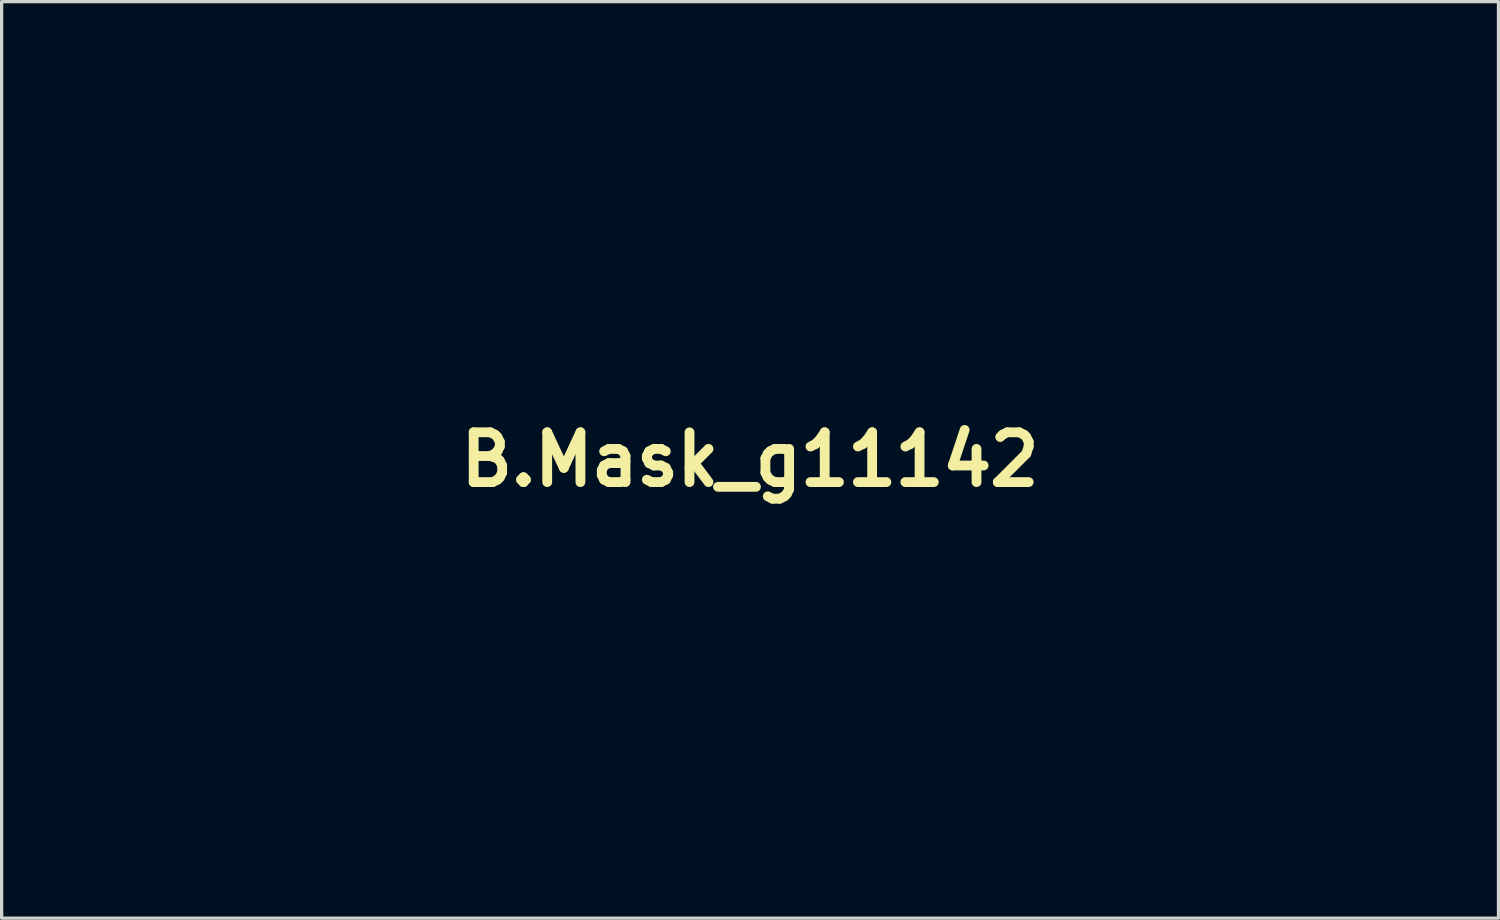
<source format=kicad_pcb>
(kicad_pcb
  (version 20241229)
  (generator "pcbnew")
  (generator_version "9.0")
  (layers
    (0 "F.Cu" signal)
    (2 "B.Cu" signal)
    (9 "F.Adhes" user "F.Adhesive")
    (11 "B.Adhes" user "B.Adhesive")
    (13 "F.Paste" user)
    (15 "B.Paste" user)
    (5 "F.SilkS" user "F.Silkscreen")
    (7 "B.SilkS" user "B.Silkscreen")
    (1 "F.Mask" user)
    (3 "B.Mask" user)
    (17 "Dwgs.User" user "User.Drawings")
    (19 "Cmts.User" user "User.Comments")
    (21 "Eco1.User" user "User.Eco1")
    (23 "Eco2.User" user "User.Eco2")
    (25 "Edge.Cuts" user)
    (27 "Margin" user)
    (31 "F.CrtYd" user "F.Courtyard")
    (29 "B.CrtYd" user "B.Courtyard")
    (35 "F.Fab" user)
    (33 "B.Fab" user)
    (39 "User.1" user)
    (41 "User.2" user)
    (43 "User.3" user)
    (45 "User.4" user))
  (footprint "B.Mask_g11142"
    (layer "F.Cu")
    (at 19.899 11.012)
    (property "Reference" "B.Mask_g11142" (at 0 0 0) (layer "F.SilkS") (effects (font (size 1.524 1.524) (thickness 0.3))))
    (attr through_hole)
    (fp_poly (pts (xy 19.897 -9.292) (xy 19.049 -9.292) (xy 18.827 -9.292) (xy 18.645 -9.293) (xy 18.498 -9.295) (xy 18.384 -9.297) (xy 18.299 -9.301) (xy 18.242 -9.305) (xy 18.207 -9.311) (xy 18.192 -9.318) (xy 18.192 -9.319) (xy 18.19 -9.345) (xy 18.188 -9.409) (xy 18.187 -9.506) (xy 18.186 -9.631) (xy 18.186 -9.779) (xy 18.186 -9.947) (xy 18.187 -10.128) (xy 18.187 -10.171) (xy 18.193 -10.996) (xy 19.897 -11.007) (xy 19.897 -9.292)) (stroke (width 0.01) (type solid)) (fill yes) (layer "B.Mask"))
    (fp_poly (pts (xy 19.897 11.028) (xy 19.049 11.028) (xy 18.827 11.028) (xy 18.645 11.027) (xy 18.498 11.025) (xy 18.384 11.023) (xy 18.299 11.019) (xy 18.242 11.015) (xy 18.207 11.009) (xy 18.192 11.002) (xy 18.192 11.001) (xy 18.19 10.975) (xy 18.188 10.911) (xy 18.187 10.814) (xy 18.186 10.689) (xy 18.186 10.541) (xy 18.186 10.373) (xy 18.187 10.192) (xy 18.187 10.149) (xy 18.193 9.324) (xy 19.897 9.313) (xy 19.897 11.028)) (stroke (width 0.01) (type solid)) (fill yes) (layer "B.Mask"))
    (fp_poly (pts (xy -18.905 9.327) (xy -18.732 9.379) (xy -18.567 9.47) (xy -18.467 9.551) (xy -18.348 9.686) (xy -18.264 9.838) (xy -18.214 10.002) (xy -18.198 10.17) (xy -18.215 10.338) (xy -18.264 10.5) (xy -18.345 10.65) (xy -18.456 10.782) (xy -18.597 10.891) (xy -18.643 10.917) (xy -18.822 10.991) (xy -18.999 11.022) (xy -19.178 11.012) (xy -19.256 10.995) (xy -19.411 10.941) (xy -19.542 10.863) (xy -19.647 10.772) (xy -19.76 10.631) (xy -19.839 10.473) (xy -19.883 10.305) (xy -19.894 10.133) (xy -19.871 9.962) (xy -19.815 9.8) (xy -19.725 9.652) (xy -19.602 9.524) (xy -19.595 9.518) (xy -19.431 9.41) (xy -19.259 9.343) (xy -19.082 9.315) (xy -18.905 9.327)) (stroke (width 0.01) (type solid)) (fill yes) (layer "B.Mask"))
    (fp_poly (pts (xy 16.609 9.321) (xy 16.682 9.335) (xy 16.867 9.398) (xy 17.026 9.493) (xy 17.157 9.616) (xy 17.257 9.763) (xy 17.323 9.931) (xy 17.352 10.116) (xy 17.352 10.217) (xy 17.323 10.4) (xy 17.259 10.566) (xy 17.164 10.711) (xy 17.042 10.833) (xy 16.899 10.928) (xy 16.739 10.991) (xy 16.566 11.021) (xy 16.385 11.014) (xy 16.309 10.998) (xy 16.146 10.939) (xy 15.995 10.846) (xy 15.864 10.726) (xy 15.764 10.587) (xy 15.736 10.534) (xy 15.68 10.361) (xy 15.66 10.179) (xy 15.677 9.997) (xy 15.73 9.824) (xy 15.745 9.792) (xy 15.84 9.645) (xy 15.963 9.52) (xy 16.109 9.422) (xy 16.27 9.354) (xy 16.439 9.32) (xy 16.609 9.321)) (stroke (width 0.01) (type solid)) (fill yes) (layer "B.Mask"))
    (fp_poly (pts (xy -16.385 9.327) (xy -16.221 9.369) (xy -16.062 9.447) (xy -15.918 9.558) (xy -15.801 9.694) (xy -15.72 9.847) (xy -15.673 10.01) (xy -15.659 10.179) (xy -15.678 10.347) (xy -15.729 10.508) (xy -15.811 10.657) (xy -15.923 10.788) (xy -16.064 10.895) (xy -16.103 10.917) (xy -16.282 10.991) (xy -16.459 11.022) (xy -16.638 11.012) (xy -16.716 10.995) (xy -16.896 10.928) (xy -17.047 10.831) (xy -17.171 10.702) (xy -17.265 10.549) (xy -17.308 10.456) (xy -17.333 10.378) (xy -17.347 10.295) (xy -17.352 10.217) (xy -17.343 10.03) (xy -17.299 9.86) (xy -17.224 9.71) (xy -17.124 9.581) (xy -17.001 9.475) (xy -16.862 9.395) (xy -16.709 9.342) (xy -16.549 9.319) (xy -16.385 9.327)) (stroke (width 0.01) (type solid)) (fill yes) (layer "B.Mask"))
    (fp_poly (pts (xy 14.152 -10.979) (xy 14.322 -10.922) (xy 14.479 -10.829) (xy 14.498 -10.815) (xy 14.627 -10.688) (xy 14.723 -10.54) (xy 14.785 -10.378) (xy 14.814 -10.208) (xy 14.809 -10.035) (xy 14.771 -9.867) (xy 14.698 -9.708) (xy 14.591 -9.565) (xy 14.532 -9.507) (xy 14.385 -9.405) (xy 14.217 -9.335) (xy 14.039 -9.299) (xy 13.859 -9.3) (xy 13.771 -9.316) (xy 13.708 -9.336) (xy 13.628 -9.37) (xy 13.565 -9.401) (xy 13.414 -9.504) (xy 13.292 -9.632) (xy 13.202 -9.779) (xy 13.144 -9.94) (xy 13.12 -10.109) (xy 13.129 -10.281) (xy 13.174 -10.449) (xy 13.254 -10.609) (xy 13.341 -10.723) (xy 13.478 -10.844) (xy 13.633 -10.93) (xy 13.802 -10.982) (xy 13.977 -10.998) (xy 14.152 -10.979)) (stroke (width 0.01) (type solid)) (fill yes) (layer "B.Mask"))
    (fp_poly (pts (xy 16.681 -10.982) (xy 16.842 -10.931) (xy 16.991 -10.848) (xy 17.123 -10.734) (xy 17.231 -10.589) (xy 17.265 -10.528) (xy 17.33 -10.351) (xy 17.356 -10.173) (xy 17.345 -9.999) (xy 17.298 -9.833) (xy 17.219 -9.68) (xy 17.108 -9.546) (xy 16.97 -9.435) (xy 16.805 -9.351) (xy 16.711 -9.321) (xy 16.563 -9.298) (xy 16.405 -9.3) (xy 16.311 -9.316) (xy 16.194 -9.357) (xy 16.069 -9.424) (xy 15.953 -9.507) (xy 15.884 -9.571) (xy 15.775 -9.717) (xy 15.702 -9.88) (xy 15.664 -10.052) (xy 15.662 -10.228) (xy 15.696 -10.401) (xy 15.765 -10.565) (xy 15.871 -10.713) (xy 15.884 -10.728) (xy 16.024 -10.849) (xy 16.179 -10.934) (xy 16.344 -10.984) (xy 16.513 -11) (xy 16.681 -10.982)) (stroke (width 0.01) (type solid)) (fill yes) (layer "B.Mask"))
    (fp_poly (pts (xy -13.87 9.325) (xy -13.797 9.331) (xy -13.737 9.345) (xy -13.673 9.37) (xy -13.627 9.391) (xy -13.458 9.493) (xy -13.321 9.62) (xy -13.218 9.77) (xy -13.151 9.938) (xy -13.121 10.121) (xy -13.128 10.296) (xy -13.172 10.468) (xy -13.252 10.626) (xy -13.363 10.765) (xy -13.5 10.879) (xy -13.659 10.963) (xy -13.796 11.004) (xy -13.935 11.024) (xy -14.062 11.019) (xy -14.177 10.995) (xy -14.357 10.926) (xy -14.511 10.826) (xy -14.638 10.697) (xy -14.733 10.544) (xy -14.793 10.371) (xy -14.817 10.182) (xy -14.817 10.164) (xy -14.797 9.976) (xy -14.739 9.804) (xy -14.644 9.65) (xy -14.514 9.518) (xy -14.352 9.411) (xy -14.31 9.39) (xy -14.238 9.358) (xy -14.178 9.338) (xy -14.114 9.328) (xy -14.031 9.324) (xy -13.97 9.324) (xy -13.87 9.325)) (stroke (width 0.01) (type solid)) (fill yes) (layer "B.Mask"))
    (fp_poly (pts (xy 11.682 -10.961) (xy 11.846 -10.89) (xy 11.958 -10.815) (xy 12.087 -10.688) (xy 12.183 -10.54) (xy 12.246 -10.378) (xy 12.275 -10.207) (xy 12.27 -10.035) (xy 12.231 -9.866) (xy 12.158 -9.707) (xy 12.05 -9.564) (xy 11.992 -9.507) (xy 11.845 -9.405) (xy 11.677 -9.335) (xy 11.499 -9.299) (xy 11.319 -9.3) (xy 11.231 -9.316) (xy 11.08 -9.371) (xy 10.934 -9.461) (xy 10.803 -9.577) (xy 10.697 -9.711) (xy 10.651 -9.796) (xy 10.625 -9.855) (xy 10.608 -9.909) (xy 10.599 -9.969) (xy 10.595 -10.049) (xy 10.594 -10.149) (xy 10.595 -10.257) (xy 10.6 -10.335) (xy 10.609 -10.395) (xy 10.627 -10.448) (xy 10.649 -10.499) (xy 10.746 -10.658) (xy 10.868 -10.788) (xy 11.012 -10.889) (xy 11.17 -10.957) (xy 11.338 -10.993) (xy 11.511 -10.995) (xy 11.682 -10.961)) (stroke (width 0.01) (type solid)) (fill yes) (layer "B.Mask"))
    (fp_poly (pts (xy 14.07 9.325) (xy 14.143 9.332) (xy 14.204 9.345) (xy 14.267 9.37) (xy 14.31 9.39) (xy 14.469 9.481) (xy 14.595 9.592) (xy 14.671 9.687) (xy 14.756 9.846) (xy 14.804 10.014) (xy 14.816 10.186) (xy 14.794 10.356) (xy 14.74 10.518) (xy 14.656 10.667) (xy 14.543 10.797) (xy 14.403 10.902) (xy 14.274 10.964) (xy 14.133 11.002) (xy 13.981 11.019) (xy 13.836 11.013) (xy 13.769 11) (xy 13.596 10.935) (xy 13.443 10.838) (xy 13.314 10.713) (xy 13.215 10.565) (xy 13.149 10.399) (xy 13.128 10.296) (xy 13.122 10.102) (xy 13.156 9.92) (xy 13.227 9.754) (xy 13.334 9.606) (xy 13.474 9.481) (xy 13.627 9.391) (xy 13.699 9.359) (xy 13.76 9.339) (xy 13.824 9.328) (xy 13.905 9.324) (xy 13.97 9.324) (xy 14.07 9.325)) (stroke (width 0.01) (type solid)) (fill yes) (layer "B.Mask"))
    (fp_poly (pts (xy 9.108 -10.971) (xy 9.261 -10.915) (xy 9.402 -10.829) (xy 9.527 -10.714) (xy 9.629 -10.569) (xy 9.697 -10.419) (xy 9.728 -10.281) (xy 9.736 -10.127) (xy 9.72 -9.972) (xy 9.681 -9.832) (xy 9.666 -9.796) (xy 9.566 -9.634) (xy 9.439 -9.5) (xy 9.289 -9.398) (xy 9.121 -9.33) (xy 8.94 -9.302) (xy 8.848 -9.3) (xy 8.76 -9.305) (xy 8.695 -9.313) (xy 8.691 -9.314) (xy 8.533 -9.374) (xy 8.384 -9.468) (xy 8.252 -9.589) (xy 8.147 -9.728) (xy 8.111 -9.796) (xy 8.085 -9.855) (xy 8.068 -9.909) (xy 8.059 -9.969) (xy 8.055 -10.049) (xy 8.054 -10.149) (xy 8.055 -10.256) (xy 8.059 -10.332) (xy 8.069 -10.39) (xy 8.085 -10.442) (xy 8.111 -10.499) (xy 8.113 -10.503) (xy 8.213 -10.663) (xy 8.334 -10.792) (xy 8.474 -10.89) (xy 8.626 -10.956) (xy 8.785 -10.991) (xy 8.948 -10.996) (xy 9.108 -10.971)) (stroke (width 0.01) (type solid)) (fill yes) (layer "B.Mask"))
    (fp_poly (pts (xy -11.331 9.325) (xy -11.258 9.331) (xy -11.198 9.345) (xy -11.135 9.369) (xy -11.087 9.391) (xy -10.92 9.492) (xy -10.781 9.62) (xy -10.676 9.771) (xy -10.663 9.797) (xy -10.632 9.862) (xy -10.612 9.915) (xy -10.601 9.97) (xy -10.595 10.038) (xy -10.594 10.133) (xy -10.594 10.17) (xy -10.595 10.278) (xy -10.6 10.356) (xy -10.609 10.416) (xy -10.626 10.469) (xy -10.649 10.52) (xy -10.744 10.675) (xy -10.87 10.808) (xy -11.019 10.914) (xy -11.185 10.986) (xy -11.256 11.004) (xy -11.395 11.024) (xy -11.522 11.019) (xy -11.637 10.995) (xy -11.819 10.927) (xy -11.973 10.827) (xy -12.098 10.695) (xy -12.196 10.532) (xy -12.234 10.441) (xy -12.269 10.292) (xy -12.276 10.129) (xy -12.256 9.967) (xy -12.208 9.823) (xy -12.205 9.817) (xy -12.105 9.653) (xy -11.974 9.519) (xy -11.813 9.413) (xy -11.795 9.404) (xy -11.716 9.366) (xy -11.654 9.343) (xy -11.595 9.33) (xy -11.523 9.325) (xy -11.431 9.324) (xy -11.331 9.325)) (stroke (width 0.01) (type solid)) (fill yes) (layer "B.Mask"))
    (fp_poly (pts (xy 3.908 9.325) (xy 3.979 9.33) (xy 4.037 9.344) (xy 4.099 9.368) (xy 4.175 9.404) (xy 4.34 9.507) (xy 4.473 9.639) (xy 4.577 9.8) (xy 4.586 9.817) (xy 4.631 9.949) (xy 4.654 10.102) (xy 4.654 10.258) (xy 4.63 10.401) (xy 4.619 10.439) (xy 4.54 10.604) (xy 4.431 10.746) (xy 4.297 10.862) (xy 4.145 10.949) (xy 3.979 11.004) (xy 3.805 11.024) (xy 3.63 11.005) (xy 3.609 11) (xy 3.434 10.934) (xy 3.277 10.832) (xy 3.144 10.698) (xy 3.039 10.536) (xy 3.033 10.524) (xy 3.006 10.466) (xy 2.989 10.414) (xy 2.979 10.357) (xy 2.975 10.282) (xy 2.974 10.178) (xy 2.974 10.171) (xy 2.975 10.063) (xy 2.98 9.985) (xy 2.989 9.925) (xy 3.007 9.872) (xy 3.029 9.821) (xy 3.128 9.66) (xy 3.261 9.523) (xy 3.423 9.415) (xy 3.445 9.404) (xy 3.524 9.366) (xy 3.585 9.343) (xy 3.644 9.33) (xy 3.716 9.325) (xy 3.81 9.324) (xy 3.908 9.325)) (stroke (width 0.01) (type solid)) (fill yes) (layer "B.Mask"))
    (fp_poly (pts (xy 11.529 9.325) (xy 11.6 9.331) (xy 11.658 9.344) (xy 11.721 9.368) (xy 11.795 9.404) (xy 11.96 9.507) (xy 12.093 9.638) (xy 12.197 9.799) (xy 12.205 9.817) (xy 12.254 9.961) (xy 12.276 10.122) (xy 12.27 10.285) (xy 12.236 10.435) (xy 12.234 10.441) (xy 12.157 10.608) (xy 12.057 10.745) (xy 11.958 10.836) (xy 11.814 10.926) (xy 11.651 10.987) (xy 11.48 11.018) (xy 11.312 11.015) (xy 11.229 11) (xy 11.056 10.935) (xy 10.9 10.834) (xy 10.767 10.703) (xy 10.663 10.549) (xy 10.649 10.52) (xy 10.624 10.462) (xy 10.608 10.409) (xy 10.599 10.348) (xy 10.595 10.267) (xy 10.594 10.17) (xy 10.595 10.065) (xy 10.599 9.99) (xy 10.608 9.932) (xy 10.625 9.88) (xy 10.652 9.82) (xy 10.663 9.797) (xy 10.762 9.643) (xy 10.895 9.511) (xy 11.058 9.406) (xy 11.087 9.391) (xy 11.159 9.359) (xy 11.22 9.339) (xy 11.283 9.328) (xy 11.364 9.324) (xy 11.431 9.324) (xy 11.529 9.325)) (stroke (width 0.01) (type solid)) (fill yes) (layer "B.Mask"))
    (fp_poly (pts (xy 1.368 9.325) (xy 1.439 9.33) (xy 1.497 9.344) (xy 1.559 9.368) (xy 1.635 9.404) (xy 1.8 9.507) (xy 1.933 9.639) (xy 2.037 9.8) (xy 2.046 9.817) (xy 2.091 9.949) (xy 2.114 10.102) (xy 2.114 10.258) (xy 2.09 10.401) (xy 2.079 10.439) (xy 2 10.604) (xy 1.891 10.746) (xy 1.757 10.862) (xy 1.605 10.949) (xy 1.439 11.004) (xy 1.265 11.024) (xy 1.09 11.005) (xy 1.069 11) (xy 0.894 10.934) (xy 0.737 10.832) (xy 0.604 10.698) (xy 0.499 10.536) (xy 0.493 10.524) (xy 0.466 10.466) (xy 0.449 10.414) (xy 0.439 10.357) (xy 0.435 10.282) (xy 0.434 10.178) (xy 0.434 10.171) (xy 0.435 10.064) (xy 0.439 9.988) (xy 0.449 9.93) (xy 0.465 9.878) (xy 0.491 9.821) (xy 0.493 9.817) (xy 0.596 9.652) (xy 0.728 9.517) (xy 0.89 9.411) (xy 0.905 9.404) (xy 0.984 9.366) (xy 1.045 9.343) (xy 1.104 9.33) (xy 1.176 9.325) (xy 1.27 9.324) (xy 1.368 9.325)) (stroke (width 0.01) (type solid)) (fill yes) (layer "B.Mask"))
    (fp_poly (pts (xy 6.449 9.325) (xy 6.52 9.331) (xy 6.578 9.344) (xy 6.641 9.368) (xy 6.715 9.404) (xy 6.88 9.507) (xy 7.013 9.639) (xy 7.117 9.8) (xy 7.126 9.817) (xy 7.171 9.949) (xy 7.194 10.102) (xy 7.194 10.258) (xy 7.17 10.401) (xy 7.159 10.439) (xy 7.08 10.604) (xy 6.971 10.746) (xy 6.837 10.862) (xy 6.685 10.949) (xy 6.519 11.004) (xy 6.345 11.024) (xy 6.17 11.005) (xy 6.149 11) (xy 5.974 10.934) (xy 5.817 10.832) (xy 5.684 10.698) (xy 5.579 10.536) (xy 5.573 10.524) (xy 5.547 10.466) (xy 5.529 10.415) (xy 5.519 10.357) (xy 5.515 10.283) (xy 5.514 10.179) (xy 5.514 10.17) (xy 5.515 10.065) (xy 5.519 9.99) (xy 5.528 9.932) (xy 5.545 9.88) (xy 5.572 9.82) (xy 5.583 9.797) (xy 5.682 9.643) (xy 5.815 9.511) (xy 5.978 9.406) (xy 6.007 9.391) (xy 6.079 9.359) (xy 6.14 9.339) (xy 6.203 9.328) (xy 6.284 9.324) (xy 6.351 9.324) (xy 6.449 9.325)) (stroke (width 0.01) (type solid)) (fill yes) (layer "B.Mask"))
    (fp_poly (pts (xy 8.989 9.325) (xy 9.06 9.331) (xy 9.118 9.344) (xy 9.181 9.368) (xy 9.255 9.404) (xy 9.42 9.507) (xy 9.553 9.639) (xy 9.657 9.8) (xy 9.666 9.817) (xy 9.71 9.949) (xy 9.733 10.101) (xy 9.733 10.258) (xy 9.709 10.402) (xy 9.697 10.44) (xy 9.619 10.605) (xy 9.51 10.747) (xy 9.376 10.863) (xy 9.224 10.95) (xy 9.058 11.005) (xy 8.884 11.024) (xy 8.709 11.005) (xy 8.689 11) (xy 8.514 10.934) (xy 8.357 10.832) (xy 8.224 10.698) (xy 8.119 10.536) (xy 8.113 10.524) (xy 8.087 10.466) (xy 8.069 10.415) (xy 8.059 10.357) (xy 8.055 10.283) (xy 8.054 10.179) (xy 8.054 10.17) (xy 8.055 10.065) (xy 8.059 9.99) (xy 8.068 9.932) (xy 8.085 9.88) (xy 8.112 9.82) (xy 8.123 9.797) (xy 8.222 9.643) (xy 8.355 9.511) (xy 8.518 9.406) (xy 8.547 9.391) (xy 8.619 9.359) (xy 8.68 9.339) (xy 8.743 9.328) (xy 8.824 9.324) (xy 8.891 9.324) (xy 8.989 9.325)) (stroke (width 0.01) (type solid)) (fill yes) (layer "B.Mask"))
    (fp_poly (pts (xy 4.019 -10.972) (xy 4.184 -10.91) (xy 4.335 -10.814) (xy 4.466 -10.689) (xy 4.569 -10.539) (xy 4.584 -10.509) (xy 4.612 -10.449) (xy 4.63 -10.397) (xy 4.64 -10.341) (xy 4.645 -10.268) (xy 4.646 -10.167) (xy 4.646 -10.149) (xy 4.645 -10.043) (xy 4.641 -9.967) (xy 4.631 -9.909) (xy 4.615 -9.857) (xy 4.589 -9.8) (xy 4.587 -9.796) (xy 4.485 -9.632) (xy 4.356 -9.498) (xy 4.206 -9.396) (xy 4.037 -9.329) (xy 3.86 -9.302) (xy 3.768 -9.3) (xy 3.68 -9.305) (xy 3.615 -9.313) (xy 3.611 -9.314) (xy 3.454 -9.374) (xy 3.304 -9.468) (xy 3.172 -9.59) (xy 3.066 -9.73) (xy 3.029 -9.8) (xy 3.004 -9.858) (xy 2.988 -9.911) (xy 2.979 -9.972) (xy 2.975 -10.053) (xy 2.974 -10.149) (xy 2.975 -10.256) (xy 2.979 -10.332) (xy 2.989 -10.39) (xy 3.005 -10.442) (xy 3.031 -10.499) (xy 3.033 -10.503) (xy 3.136 -10.668) (xy 3.268 -10.803) (xy 3.425 -10.906) (xy 3.602 -10.973) (xy 3.668 -10.988) (xy 3.844 -11) (xy 4.019 -10.972)) (stroke (width 0.01) (type solid)) (fill yes) (layer "B.Mask"))
    (fp_poly (pts (xy 6.559 -10.972) (xy 6.724 -10.91) (xy 6.875 -10.814) (xy 7.006 -10.689) (xy 7.109 -10.539) (xy 7.124 -10.509) (xy 7.152 -10.449) (xy 7.17 -10.397) (xy 7.18 -10.341) (xy 7.185 -10.268) (xy 7.186 -10.167) (xy 7.186 -10.149) (xy 7.185 -10.043) (xy 7.181 -9.967) (xy 7.171 -9.909) (xy 7.155 -9.857) (xy 7.129 -9.8) (xy 7.127 -9.796) (xy 7.025 -9.632) (xy 6.896 -9.498) (xy 6.746 -9.396) (xy 6.577 -9.329) (xy 6.4 -9.302) (xy 6.308 -9.3) (xy 6.22 -9.305) (xy 6.155 -9.313) (xy 6.151 -9.314) (xy 5.994 -9.374) (xy 5.844 -9.468) (xy 5.712 -9.59) (xy 5.606 -9.73) (xy 5.569 -9.8) (xy 5.544 -9.858) (xy 5.528 -9.911) (xy 5.519 -9.972) (xy 5.515 -10.053) (xy 5.514 -10.149) (xy 5.515 -10.256) (xy 5.519 -10.332) (xy 5.529 -10.39) (xy 5.545 -10.442) (xy 5.571 -10.499) (xy 5.573 -10.503) (xy 5.676 -10.668) (xy 5.808 -10.803) (xy 5.965 -10.906) (xy 6.142 -10.973) (xy 6.208 -10.988) (xy 6.384 -11) (xy 6.559 -10.972)) (stroke (width 0.01) (type solid)) (fill yes) (layer "B.Mask"))
    (fp_poly (pts (xy -8.779 -10.993) (xy -8.748 -10.988) (xy -8.564 -10.933) (xy -8.399 -10.842) (xy -8.259 -10.718) (xy -8.145 -10.563) (xy -8.113 -10.503) (xy -8.087 -10.445) (xy -8.069 -10.393) (xy -8.059 -10.336) (xy -8.055 -10.262) (xy -8.054 -10.157) (xy -8.054 -10.149) (xy -8.055 -10.044) (xy -8.059 -9.969) (xy -8.068 -9.911) (xy -8.085 -9.858) (xy -8.112 -9.799) (xy -8.123 -9.776) (xy -8.222 -9.62) (xy -8.351 -9.491) (xy -8.503 -9.392) (xy -8.674 -9.327) (xy -8.842 -9.302) (xy -8.935 -9.3) (xy -9.022 -9.305) (xy -9.086 -9.314) (xy -9.089 -9.314) (xy -9.25 -9.376) (xy -9.401 -9.472) (xy -9.534 -9.598) (xy -9.64 -9.746) (xy -9.667 -9.796) (xy -9.694 -9.854) (xy -9.711 -9.906) (xy -9.721 -9.963) (xy -9.725 -10.038) (xy -9.726 -10.142) (xy -9.726 -10.149) (xy -9.725 -10.255) (xy -9.721 -10.331) (xy -9.712 -10.389) (xy -9.695 -10.441) (xy -9.669 -10.5) (xy -9.664 -10.509) (xy -9.566 -10.664) (xy -9.44 -10.794) (xy -9.292 -10.895) (xy -9.129 -10.964) (xy -8.956 -10.998) (xy -8.779 -10.993)) (stroke (width 0.01) (type solid)) (fill yes) (layer "B.Mask"))
    (fp_poly (pts (xy -6.239 -10.993) (xy -6.208 -10.988) (xy -6.024 -10.933) (xy -5.859 -10.842) (xy -5.719 -10.718) (xy -5.605 -10.563) (xy -5.573 -10.503) (xy -5.546 -10.445) (xy -5.529 -10.393) (xy -5.519 -10.336) (xy -5.515 -10.261) (xy -5.514 -10.157) (xy -5.514 -10.149) (xy -5.515 -10.041) (xy -5.52 -9.964) (xy -5.529 -9.904) (xy -5.547 -9.851) (xy -5.569 -9.8) (xy -5.666 -9.64) (xy -5.793 -9.507) (xy -5.942 -9.403) (xy -6.109 -9.334) (xy -6.288 -9.302) (xy -6.3 -9.302) (xy -6.392 -9.3) (xy -6.48 -9.305) (xy -6.545 -9.313) (xy -6.549 -9.314) (xy -6.71 -9.376) (xy -6.861 -9.472) (xy -6.994 -9.598) (xy -7.1 -9.746) (xy -7.127 -9.796) (xy -7.154 -9.854) (xy -7.171 -9.906) (xy -7.181 -9.963) (xy -7.185 -10.038) (xy -7.186 -10.142) (xy -7.186 -10.149) (xy -7.185 -10.255) (xy -7.181 -10.331) (xy -7.172 -10.389) (xy -7.155 -10.441) (xy -7.129 -10.5) (xy -7.124 -10.509) (xy -7.026 -10.664) (xy -6.9 -10.794) (xy -6.752 -10.895) (xy -6.589 -10.964) (xy -6.416 -10.998) (xy -6.239 -10.993)) (stroke (width 0.01) (type solid)) (fill yes) (layer "B.Mask"))
    (fp_poly (pts (xy -3.699 -10.993) (xy -3.668 -10.988) (xy -3.484 -10.933) (xy -3.319 -10.842) (xy -3.179 -10.718) (xy -3.065 -10.563) (xy -3.033 -10.503) (xy -3.006 -10.445) (xy -2.989 -10.393) (xy -2.979 -10.336) (xy -2.975 -10.261) (xy -2.974 -10.157) (xy -2.974 -10.149) (xy -2.975 -10.043) (xy -2.979 -9.967) (xy -2.989 -9.909) (xy -3.005 -9.857) (xy -3.031 -9.8) (xy -3.033 -9.796) (xy -3.135 -9.632) (xy -3.264 -9.498) (xy -3.414 -9.396) (xy -3.583 -9.329) (xy -3.76 -9.302) (xy -3.852 -9.3) (xy -3.94 -9.305) (xy -4.005 -9.313) (xy -4.009 -9.314) (xy -4.17 -9.376) (xy -4.321 -9.472) (xy -4.454 -9.598) (xy -4.56 -9.746) (xy -4.587 -9.796) (xy -4.614 -9.854) (xy -4.631 -9.906) (xy -4.641 -9.963) (xy -4.645 -10.038) (xy -4.646 -10.142) (xy -4.646 -10.149) (xy -4.645 -10.255) (xy -4.641 -10.331) (xy -4.632 -10.389) (xy -4.615 -10.441) (xy -4.589 -10.5) (xy -4.584 -10.509) (xy -4.486 -10.664) (xy -4.36 -10.794) (xy -4.212 -10.895) (xy -4.049 -10.964) (xy -3.876 -10.998) (xy -3.699 -10.993)) (stroke (width 0.01) (type solid)) (fill yes) (layer "B.Mask"))
    (fp_poly (pts (xy -1.153 -10.992) (xy -1.127 -10.988) (xy -0.943 -10.933) (xy -0.779 -10.842) (xy -0.639 -10.718) (xy -0.525 -10.563) (xy -0.493 -10.503) (xy -0.466 -10.445) (xy -0.449 -10.393) (xy -0.439 -10.336) (xy -0.435 -10.261) (xy -0.434 -10.157) (xy -0.434 -10.149) (xy -0.435 -10.043) (xy -0.439 -9.967) (xy -0.449 -9.909) (xy -0.465 -9.857) (xy -0.491 -9.8) (xy -0.493 -9.796) (xy -0.595 -9.632) (xy -0.724 -9.498) (xy -0.874 -9.396) (xy -1.043 -9.329) (xy -1.22 -9.302) (xy -1.312 -9.3) (xy -1.4 -9.305) (xy -1.465 -9.313) (xy -1.469 -9.314) (xy -1.63 -9.376) (xy -1.781 -9.472) (xy -1.914 -9.598) (xy -2.02 -9.746) (xy -2.047 -9.796) (xy -2.074 -9.854) (xy -2.091 -9.906) (xy -2.101 -9.963) (xy -2.105 -10.038) (xy -2.106 -10.142) (xy -2.106 -10.149) (xy -2.105 -10.256) (xy -2.101 -10.332) (xy -2.091 -10.39) (xy -2.075 -10.442) (xy -2.049 -10.499) (xy -2.047 -10.503) (xy -1.947 -10.663) (xy -1.82 -10.796) (xy -1.672 -10.898) (xy -1.507 -10.967) (xy -1.333 -10.999) (xy -1.153 -10.992)) (stroke (width 0.01) (type solid)) (fill yes) (layer "B.Mask"))
    (fp_poly (pts (xy 1.483 -10.973) (xy 1.649 -10.91) (xy 1.8 -10.812) (xy 1.93 -10.684) (xy 2.035 -10.527) (xy 2.047 -10.503) (xy 2.074 -10.445) (xy 2.091 -10.393) (xy 2.101 -10.336) (xy 2.105 -10.261) (xy 2.106 -10.157) (xy 2.106 -10.149) (xy 2.105 -10.043) (xy 2.101 -9.967) (xy 2.091 -9.909) (xy 2.075 -9.857) (xy 2.049 -9.8) (xy 2.047 -9.796) (xy 1.945 -9.632) (xy 1.816 -9.498) (xy 1.666 -9.396) (xy 1.497 -9.329) (xy 1.32 -9.302) (xy 1.228 -9.3) (xy 1.14 -9.305) (xy 1.075 -9.313) (xy 1.071 -9.314) (xy 0.91 -9.376) (xy 0.759 -9.472) (xy 0.626 -9.598) (xy 0.52 -9.746) (xy 0.493 -9.796) (xy 0.466 -9.854) (xy 0.449 -9.906) (xy 0.439 -9.963) (xy 0.435 -10.038) (xy 0.434 -10.142) (xy 0.434 -10.149) (xy 0.435 -10.256) (xy 0.439 -10.332) (xy 0.449 -10.39) (xy 0.465 -10.442) (xy 0.491 -10.499) (xy 0.493 -10.503) (xy 0.596 -10.668) (xy 0.728 -10.803) (xy 0.885 -10.906) (xy 1.062 -10.973) (xy 1.127 -10.988) (xy 1.308 -11) (xy 1.483 -10.973)) (stroke (width 0.01) (type solid)) (fill yes) (layer "B.Mask"))
    (fp_poly (pts (xy -3.712 9.325) (xy -3.641 9.33) (xy -3.583 9.344) (xy -3.521 9.368) (xy -3.445 9.404) (xy -3.28 9.508) (xy -3.143 9.641) (xy -3.04 9.799) (xy -3.029 9.821) (xy -3.004 9.879) (xy -2.988 9.932) (xy -2.979 9.993) (xy -2.975 10.074) (xy -2.974 10.171) (xy -2.975 10.277) (xy -2.979 10.353) (xy -2.989 10.411) (xy -3.005 10.463) (xy -3.031 10.52) (xy -3.033 10.524) (xy -3.134 10.684) (xy -3.263 10.819) (xy -3.415 10.923) (xy -3.584 10.991) (xy -3.636 11.004) (xy -3.775 11.024) (xy -3.902 11.019) (xy -4.016 10.995) (xy -4.195 10.926) (xy -4.353 10.822) (xy -4.485 10.688) (xy -4.584 10.53) (xy -4.612 10.47) (xy -4.63 10.418) (xy -4.64 10.362) (xy -4.645 10.289) (xy -4.646 10.188) (xy -4.646 10.171) (xy -4.645 10.064) (xy -4.641 9.988) (xy -4.631 9.93) (xy -4.615 9.878) (xy -4.589 9.821) (xy -4.587 9.817) (xy -4.484 9.652) (xy -4.352 9.517) (xy -4.19 9.411) (xy -4.175 9.404) (xy -4.096 9.366) (xy -4.035 9.343) (xy -3.976 9.33) (xy -3.904 9.325) (xy -3.81 9.324) (xy -3.712 9.325)) (stroke (width 0.01) (type solid)) (fill yes) (layer "B.Mask"))
    (fp_poly (pts (xy -8.791 9.325) (xy -8.718 9.331) (xy -8.658 9.345) (xy -8.595 9.369) (xy -8.547 9.391) (xy -8.38 9.492) (xy -8.241 9.62) (xy -8.136 9.771) (xy -8.123 9.797) (xy -8.092 9.862) (xy -8.072 9.915) (xy -8.061 9.97) (xy -8.055 10.038) (xy -8.054 10.133) (xy -8.054 10.17) (xy -8.055 10.277) (xy -8.059 10.353) (xy -8.068 10.411) (xy -8.085 10.463) (xy -8.111 10.52) (xy -8.113 10.524) (xy -8.214 10.684) (xy -8.343 10.819) (xy -8.495 10.923) (xy -8.664 10.991) (xy -8.716 11.004) (xy -8.855 11.024) (xy -8.982 11.019) (xy -9.096 10.995) (xy -9.275 10.926) (xy -9.433 10.822) (xy -9.565 10.688) (xy -9.664 10.53) (xy -9.692 10.47) (xy -9.71 10.418) (xy -9.72 10.362) (xy -9.725 10.289) (xy -9.726 10.188) (xy -9.726 10.171) (xy -9.725 10.064) (xy -9.721 9.988) (xy -9.711 9.93) (xy -9.695 9.878) (xy -9.669 9.821) (xy -9.667 9.817) (xy -9.564 9.652) (xy -9.432 9.517) (xy -9.27 9.411) (xy -9.255 9.404) (xy -9.176 9.366) (xy -9.114 9.343) (xy -9.055 9.33) (xy -8.983 9.325) (xy -8.891 9.324) (xy -8.791 9.325)) (stroke (width 0.01) (type solid)) (fill yes) (layer "B.Mask"))
    (fp_poly (pts (xy -6.251 9.325) (xy -6.178 9.331) (xy -6.118 9.345) (xy -6.055 9.369) (xy -6.007 9.391) (xy -5.84 9.492) (xy -5.701 9.62) (xy -5.596 9.771) (xy -5.583 9.797) (xy -5.552 9.862) (xy -5.532 9.915) (xy -5.521 9.97) (xy -5.515 10.038) (xy -5.514 10.133) (xy -5.514 10.17) (xy -5.515 10.277) (xy -5.519 10.353) (xy -5.528 10.411) (xy -5.545 10.463) (xy -5.571 10.52) (xy -5.573 10.524) (xy -5.674 10.684) (xy -5.803 10.819) (xy -5.955 10.923) (xy -6.124 10.991) (xy -6.176 11.004) (xy -6.315 11.024) (xy -6.442 11.019) (xy -6.556 10.995) (xy -6.735 10.926) (xy -6.893 10.822) (xy -7.025 10.688) (xy -7.124 10.53) (xy -7.152 10.47) (xy -7.17 10.418) (xy -7.18 10.362) (xy -7.185 10.289) (xy -7.186 10.188) (xy -7.186 10.171) (xy -7.185 10.064) (xy -7.181 9.988) (xy -7.171 9.93) (xy -7.155 9.878) (xy -7.129 9.821) (xy -7.127 9.817) (xy -7.024 9.652) (xy -6.892 9.517) (xy -6.73 9.411) (xy -6.715 9.404) (xy -6.636 9.366) (xy -6.574 9.343) (xy -6.515 9.33) (xy -6.443 9.325) (xy -6.351 9.324) (xy -6.251 9.325)) (stroke (width 0.01) (type solid)) (fill yes) (layer "B.Mask"))
    (fp_poly (pts (xy -1.172 9.325) (xy -1.101 9.33) (xy -1.043 9.344) (xy -0.981 9.368) (xy -0.905 9.404) (xy -0.74 9.507) (xy -0.606 9.639) (xy -0.501 9.802) (xy -0.493 9.817) (xy -0.466 9.875) (xy -0.449 9.927) (xy -0.439 9.984) (xy -0.435 10.059) (xy -0.434 10.163) (xy -0.434 10.171) (xy -0.435 10.277) (xy -0.439 10.353) (xy -0.449 10.411) (xy -0.465 10.463) (xy -0.491 10.52) (xy -0.493 10.524) (xy -0.597 10.691) (xy -0.728 10.825) (xy -0.886 10.927) (xy -1.069 10.995) (xy -1.07 10.995) (xy -1.216 11.022) (xy -1.351 11.02) (xy -1.476 10.995) (xy -1.655 10.926) (xy -1.813 10.822) (xy -1.945 10.688) (xy -2.044 10.53) (xy -2.072 10.47) (xy -2.09 10.418) (xy -2.1 10.362) (xy -2.105 10.289) (xy -2.106 10.188) (xy -2.106 10.171) (xy -2.105 10.064) (xy -2.101 9.988) (xy -2.091 9.93) (xy -2.075 9.878) (xy -2.049 9.821) (xy -2.047 9.817) (xy -1.944 9.652) (xy -1.812 9.517) (xy -1.65 9.411) (xy -1.635 9.404) (xy -1.556 9.366) (xy -1.495 9.343) (xy -1.436 9.33) (xy -1.364 9.325) (xy -1.27 9.324) (xy -1.172 9.325)) (stroke (width 0.01) (type solid)) (fill yes) (layer "B.Mask")))
  (gr_rect
    (start -3 -3)
    (end 42.801 25.045)
    (stroke (width 0.1) (type default))
    (fill no)
    (layer "Edge.Cuts")))
</source>
